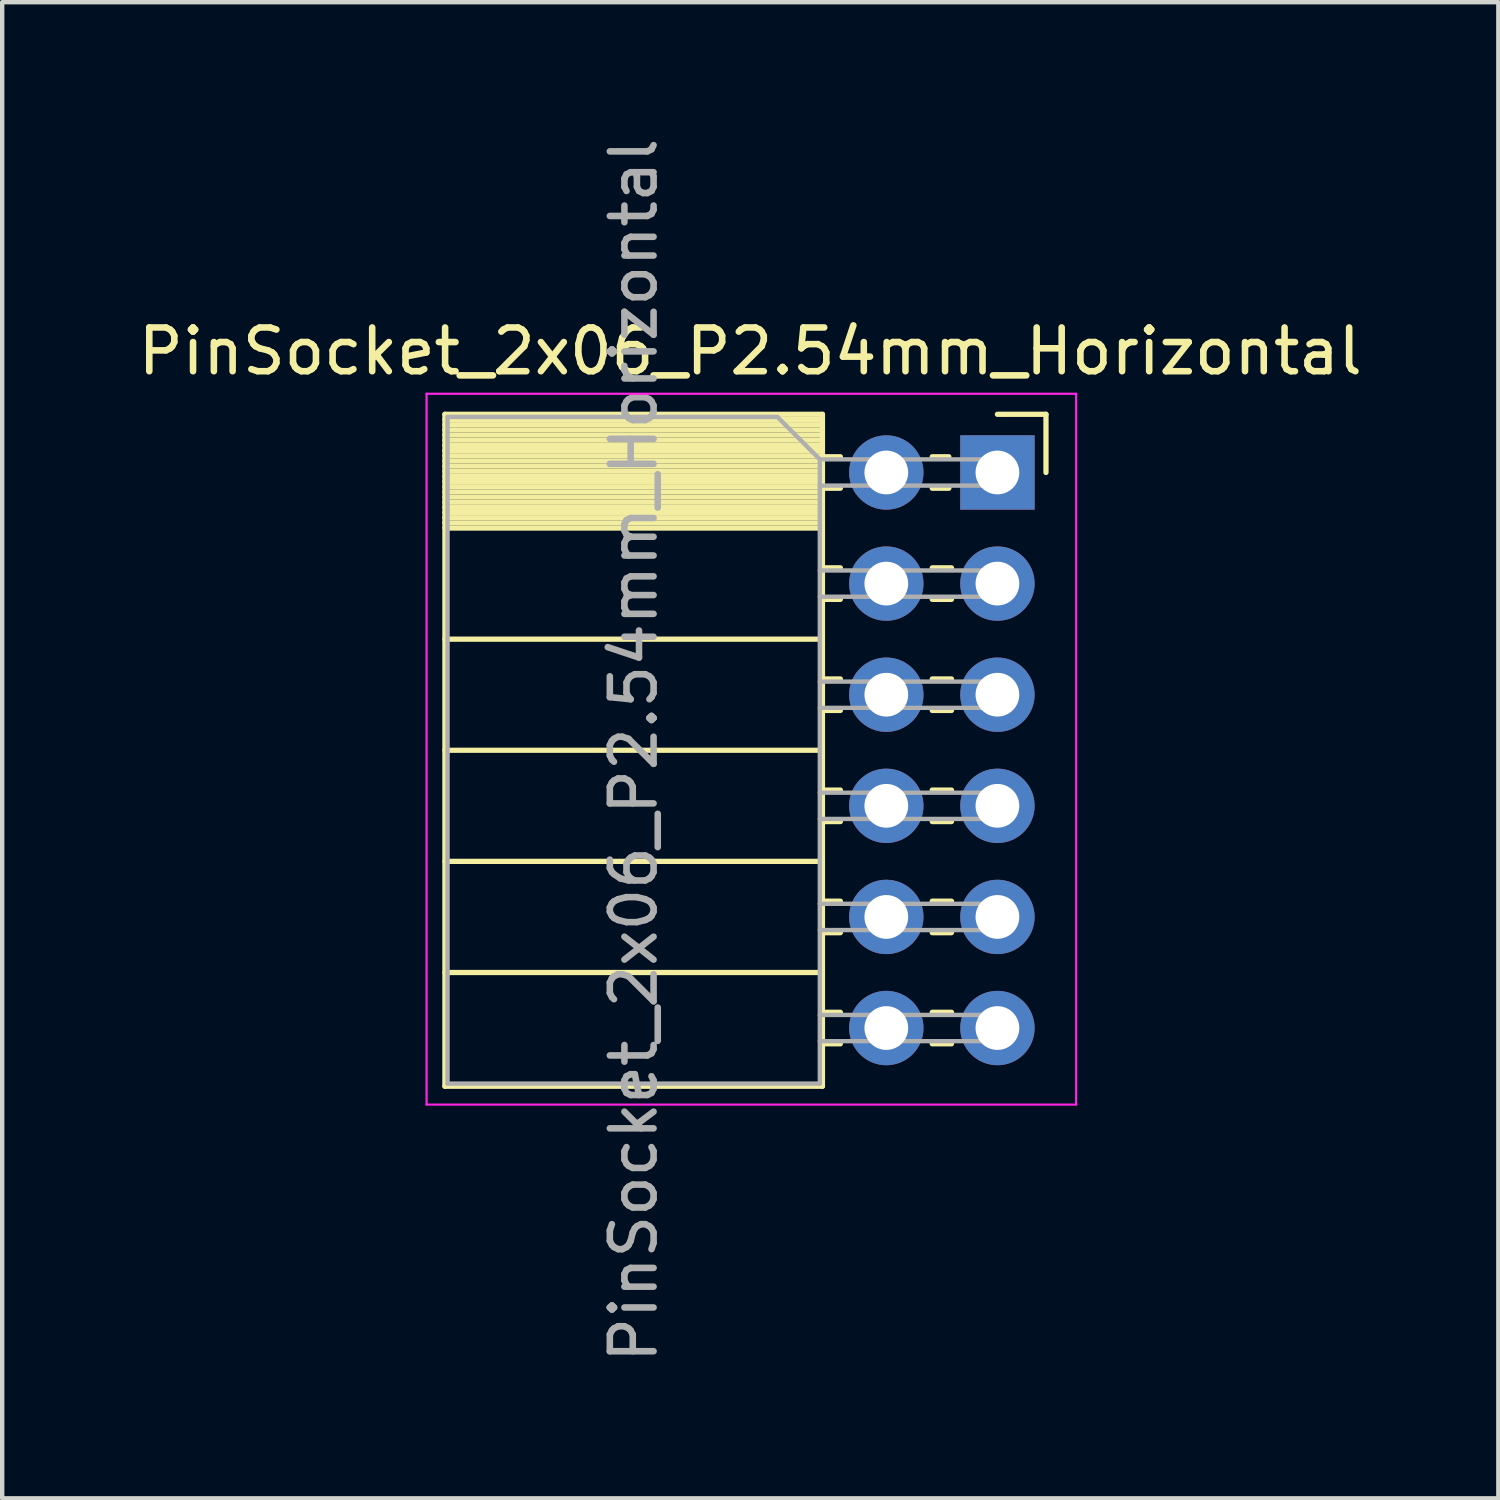
<source format=kicad_pcb>
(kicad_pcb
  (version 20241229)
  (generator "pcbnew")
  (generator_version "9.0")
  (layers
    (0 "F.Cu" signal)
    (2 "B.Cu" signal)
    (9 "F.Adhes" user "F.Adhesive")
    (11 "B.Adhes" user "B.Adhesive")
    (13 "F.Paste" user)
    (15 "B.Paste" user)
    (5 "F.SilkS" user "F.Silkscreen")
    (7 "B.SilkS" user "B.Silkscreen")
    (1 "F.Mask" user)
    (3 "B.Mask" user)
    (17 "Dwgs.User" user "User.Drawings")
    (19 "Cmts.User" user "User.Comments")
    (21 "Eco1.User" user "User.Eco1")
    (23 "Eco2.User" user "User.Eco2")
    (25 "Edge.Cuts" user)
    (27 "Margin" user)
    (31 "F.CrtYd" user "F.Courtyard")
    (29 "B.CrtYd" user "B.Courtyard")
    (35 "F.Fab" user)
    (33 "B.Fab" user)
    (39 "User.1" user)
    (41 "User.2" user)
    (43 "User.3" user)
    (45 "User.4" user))
  (footprint "PinSocket_2x06_P2.54mm_Horizontal"
    (layer "F.Cu")
    (at 19.751 7.751)
    (property "Reference" "PinSocket_2x06_P2.54mm_Horizontal" (at -5.65 -2.77 0) (layer "F.SilkS") (effects (font (size 1 1) (thickness 0.15))))
    (attr through_hole)
    (fp_line (start -12.63 -1.33) (end -12.63 14.03) (stroke (width 0.12) (type solid)) (layer "F.SilkS"))
    (fp_line (start -12.63 -1.33) (end -4 -1.33) (stroke (width 0.12) (type solid)) (layer "F.SilkS"))
    (fp_line (start -12.63 -1.21) (end -4 -1.21) (stroke (width 0.12) (type solid)) (layer "F.SilkS"))
    (fp_line (start -12.63 -1.092) (end -4 -1.092) (stroke (width 0.12) (type solid)) (layer "F.SilkS"))
    (fp_line (start -12.63 -0.974) (end -4 -0.974) (stroke (width 0.12) (type solid)) (layer "F.SilkS"))
    (fp_line (start -12.63 -0.856) (end -4 -0.856) (stroke (width 0.12) (type solid)) (layer "F.SilkS"))
    (fp_line (start -12.63 -0.738) (end -4 -0.738) (stroke (width 0.12) (type solid)) (layer "F.SilkS"))
    (fp_line (start -12.63 -0.62) (end -4 -0.62) (stroke (width 0.12) (type solid)) (layer "F.SilkS"))
    (fp_line (start -12.63 -0.501) (end -4 -0.501) (stroke (width 0.12) (type solid)) (layer "F.SilkS"))
    (fp_line (start -12.63 -0.383) (end -4 -0.383) (stroke (width 0.12) (type solid)) (layer "F.SilkS"))
    (fp_line (start -12.63 -0.265) (end -4 -0.265) (stroke (width 0.12) (type solid)) (layer "F.SilkS"))
    (fp_line (start -12.63 -0.147) (end -4 -0.147) (stroke (width 0.12) (type solid)) (layer "F.SilkS"))
    (fp_line (start -12.63 -0.029) (end -4 -0.029) (stroke (width 0.12) (type solid)) (layer "F.SilkS"))
    (fp_line (start -12.63 0.089) (end -4 0.089) (stroke (width 0.12) (type solid)) (layer "F.SilkS"))
    (fp_line (start -12.63 0.207) (end -4 0.207) (stroke (width 0.12) (type solid)) (layer "F.SilkS"))
    (fp_line (start -12.63 0.325) (end -4 0.325) (stroke (width 0.12) (type solid)) (layer "F.SilkS"))
    (fp_line (start -12.63 0.443) (end -4 0.443) (stroke (width 0.12) (type solid)) (layer "F.SilkS"))
    (fp_line (start -12.63 0.561) (end -4 0.561) (stroke (width 0.12) (type solid)) (layer "F.SilkS"))
    (fp_line (start -12.63 0.68) (end -4 0.68) (stroke (width 0.12) (type solid)) (layer "F.SilkS"))
    (fp_line (start -12.63 0.798) (end -4 0.798) (stroke (width 0.12) (type solid)) (layer "F.SilkS"))
    (fp_line (start -12.63 0.916) (end -4 0.916) (stroke (width 0.12) (type solid)) (layer "F.SilkS"))
    (fp_line (start -12.63 1.034) (end -4 1.034) (stroke (width 0.12) (type solid)) (layer "F.SilkS"))
    (fp_line (start -12.63 1.152) (end -4 1.152) (stroke (width 0.12) (type solid)) (layer "F.SilkS"))
    (fp_line (start -12.63 1.27) (end -4 1.27) (stroke (width 0.12) (type solid)) (layer "F.SilkS"))
    (fp_line (start -12.63 3.81) (end -4 3.81) (stroke (width 0.12) (type solid)) (layer "F.SilkS"))
    (fp_line (start -12.63 6.35) (end -4 6.35) (stroke (width 0.12) (type solid)) (layer "F.SilkS"))
    (fp_line (start -12.63 8.89) (end -4 8.89) (stroke (width 0.12) (type solid)) (layer "F.SilkS"))
    (fp_line (start -12.63 11.43) (end -4 11.43) (stroke (width 0.12) (type solid)) (layer "F.SilkS"))
    (fp_line (start -12.63 14.03) (end -4 14.03) (stroke (width 0.12) (type solid)) (layer "F.SilkS"))
    (fp_line (start -4 -1.33) (end -4 14.03) (stroke (width 0.12) (type solid)) (layer "F.SilkS"))
    (fp_line (start -4 -0.36) (end -3.59 -0.36) (stroke (width 0.12) (type solid)) (layer "F.SilkS"))
    (fp_line (start -4 0.36) (end -3.59 0.36) (stroke (width 0.12) (type solid)) (layer "F.SilkS"))
    (fp_line (start -4 2.18) (end -3.59 2.18) (stroke (width 0.12) (type solid)) (layer "F.SilkS"))
    (fp_line (start -4 2.9) (end -3.59 2.9) (stroke (width 0.12) (type solid)) (layer "F.SilkS"))
    (fp_line (start -4 4.72) (end -3.59 4.72) (stroke (width 0.12) (type solid)) (layer "F.SilkS"))
    (fp_line (start -4 5.44) (end -3.59 5.44) (stroke (width 0.12) (type solid)) (layer "F.SilkS"))
    (fp_line (start -4 7.26) (end -3.59 7.26) (stroke (width 0.12) (type solid)) (layer "F.SilkS"))
    (fp_line (start -4 7.98) (end -3.59 7.98) (stroke (width 0.12) (type solid)) (layer "F.SilkS"))
    (fp_line (start -4 9.8) (end -3.59 9.8) (stroke (width 0.12) (type solid)) (layer "F.SilkS"))
    (fp_line (start -4 10.52) (end -3.59 10.52) (stroke (width 0.12) (type solid)) (layer "F.SilkS"))
    (fp_line (start -4 12.34) (end -3.59 12.34) (stroke (width 0.12) (type solid)) (layer "F.SilkS"))
    (fp_line (start -4 13.06) (end -3.59 13.06) (stroke (width 0.12) (type solid)) (layer "F.SilkS"))
    (fp_line (start -1.49 -0.36) (end -1.11 -0.36) (stroke (width 0.12) (type solid)) (layer "F.SilkS"))
    (fp_line (start -1.49 0.36) (end -1.11 0.36) (stroke (width 0.12) (type solid)) (layer "F.SilkS"))
    (fp_line (start -1.49 2.18) (end -1.05 2.18) (stroke (width 0.12) (type solid)) (layer "F.SilkS"))
    (fp_line (start -1.49 2.9) (end -1.05 2.9) (stroke (width 0.12) (type solid)) (layer "F.SilkS"))
    (fp_line (start -1.49 4.72) (end -1.05 4.72) (stroke (width 0.12) (type solid)) (layer "F.SilkS"))
    (fp_line (start -1.49 5.44) (end -1.05 5.44) (stroke (width 0.12) (type solid)) (layer "F.SilkS"))
    (fp_line (start -1.49 7.26) (end -1.05 7.26) (stroke (width 0.12) (type solid)) (layer "F.SilkS"))
    (fp_line (start -1.49 7.98) (end -1.05 7.98) (stroke (width 0.12) (type solid)) (layer "F.SilkS"))
    (fp_line (start -1.49 9.8) (end -1.05 9.8) (stroke (width 0.12) (type solid)) (layer "F.SilkS"))
    (fp_line (start -1.49 10.52) (end -1.05 10.52) (stroke (width 0.12) (type solid)) (layer "F.SilkS"))
    (fp_line (start -1.49 12.34) (end -1.05 12.34) (stroke (width 0.12) (type solid)) (layer "F.SilkS"))
    (fp_line (start -1.49 13.06) (end -1.05 13.06) (stroke (width 0.12) (type solid)) (layer "F.SilkS"))
    (fp_line (start 0 -1.33) (end 1.11 -1.33) (stroke (width 0.12) (type solid)) (layer "F.SilkS"))
    (fp_line (start 1.11 -1.33) (end 1.11 0) (stroke (width 0.12) (type solid)) (layer "F.SilkS"))
    (fp_line (start -13.05 -1.8) (end -13.05 14.45) (stroke (width 0.05) (type solid)) (layer "F.CrtYd"))
    (fp_line (start -13.05 14.45) (end 1.8 14.45) (stroke (width 0.05) (type solid)) (layer "F.CrtYd"))
    (fp_line (start 1.8 -1.8) (end -13.05 -1.8) (stroke (width 0.05) (type solid)) (layer "F.CrtYd"))
    (fp_line (start 1.8 14.45) (end 1.8 -1.8) (stroke (width 0.05) (type solid)) (layer "F.CrtYd"))
    (fp_line (start -12.57 -1.27) (end -5.03 -1.27) (stroke (width 0.1) (type solid)) (layer "F.Fab"))
    (fp_line (start -12.57 13.97) (end -12.57 -1.27) (stroke (width 0.1) (type solid)) (layer "F.Fab"))
    (fp_line (start -5.03 -1.27) (end -4.06 -0.3) (stroke (width 0.1) (type solid)) (layer "F.Fab"))
    (fp_line (start -4.06 -0.3) (end -4.06 13.97) (stroke (width 0.1) (type solid)) (layer "F.Fab"))
    (fp_line (start -4.06 0.3) (end 0 0.3) (stroke (width 0.1) (type solid)) (layer "F.Fab"))
    (fp_line (start -4.06 2.84) (end 0 2.84) (stroke (width 0.1) (type solid)) (layer "F.Fab"))
    (fp_line (start -4.06 5.38) (end 0 5.38) (stroke (width 0.1) (type solid)) (layer "F.Fab"))
    (fp_line (start -4.06 7.92) (end 0 7.92) (stroke (width 0.1) (type solid)) (layer "F.Fab"))
    (fp_line (start -4.06 10.46) (end 0 10.46) (stroke (width 0.1) (type solid)) (layer "F.Fab"))
    (fp_line (start -4.06 13) (end 0 13) (stroke (width 0.1) (type solid)) (layer "F.Fab"))
    (fp_line (start -4.06 13.97) (end -12.57 13.97) (stroke (width 0.1) (type solid)) (layer "F.Fab"))
    (fp_line (start 0 -0.3) (end -4.06 -0.3) (stroke (width 0.1) (type solid)) (layer "F.Fab"))
    (fp_line (start 0 0.3) (end 0 -0.3) (stroke (width 0.1) (type solid)) (layer "F.Fab"))
    (fp_line (start 0 2.24) (end -4.06 2.24) (stroke (width 0.1) (type solid)) (layer "F.Fab"))
    (fp_line (start 0 2.84) (end 0 2.24) (stroke (width 0.1) (type solid)) (layer "F.Fab"))
    (fp_line (start 0 4.78) (end -4.06 4.78) (stroke (width 0.1) (type solid)) (layer "F.Fab"))
    (fp_line (start 0 5.38) (end 0 4.78) (stroke (width 0.1) (type solid)) (layer "F.Fab"))
    (fp_line (start 0 7.32) (end -4.06 7.32) (stroke (width 0.1) (type solid)) (layer "F.Fab"))
    (fp_line (start 0 7.92) (end 0 7.32) (stroke (width 0.1) (type solid)) (layer "F.Fab"))
    (fp_line (start 0 9.86) (end -4.06 9.86) (stroke (width 0.1) (type solid)) (layer "F.Fab"))
    (fp_line (start 0 10.46) (end 0 9.86) (stroke (width 0.1) (type solid)) (layer "F.Fab"))
    (fp_line (start 0 12.4) (end -4.06 12.4) (stroke (width 0.1) (type solid)) (layer "F.Fab"))
    (fp_line (start 0 13) (end 0 12.4) (stroke (width 0.1) (type solid)) (layer "F.Fab"))
    (fp_text user "${REFERENCE}" (at -8.315 6.35 90) (layer "F.Fab") (effects (font (size 1 1) (thickness 0.15))))
    (pad "1" thru_hole oval (at 0 12.7) (size 1.7 1.7) (drill 1) (layers "*.Cu" "*.Mask"))
    (pad "2" thru_hole oval (at 0 10.16) (size 1.7 1.7) (drill 1) (layers "*.Cu" "*.Mask"))
    (pad "3" thru_hole oval (at 0 7.62) (size 1.7 1.7) (drill 1) (layers "*.Cu" "*.Mask"))
    (pad "4" thru_hole oval (at 0 5.08) (size 1.7 1.7) (drill 1) (layers "*.Cu" "*.Mask"))
    (pad "5" thru_hole oval (at 0 2.54) (size 1.7 1.7) (drill 1) (layers "*.Cu" "*.Mask"))
    (pad "6" thru_hole rect (at 0 0) (size 1.7 1.7) (drill 1) (layers "*.Cu" "*.Mask"))
    (pad "7" thru_hole oval (at -2.54 12.7) (size 1.7 1.7) (drill 1) (layers "*.Cu" "*.Mask"))
    (pad "8" thru_hole oval (at -2.54 10.16) (size 1.7 1.7) (drill 1) (layers "*.Cu" "*.Mask"))
    (pad "9" thru_hole oval (at -2.54 7.62) (size 1.7 1.7) (drill 1) (layers "*.Cu" "*.Mask"))
    (pad "10" thru_hole oval (at -2.54 5.08) (size 1.7 1.7) (drill 1) (layers "*.Cu" "*.Mask"))
    (pad "11" thru_hole oval (at -2.54 2.54) (size 1.7 1.7) (drill 1) (layers "*.Cu" "*.Mask"))
    (pad "12" thru_hole oval (at -2.54 0) (size 1.7 1.7) (drill 1) (layers "*.Cu" "*.Mask")))
  (gr_rect
    (start -3 -3)
    (end 31.202 31.202)
    (stroke (width 0.1) (type default))
    (fill no)
    (layer "Edge.Cuts")))
</source>
